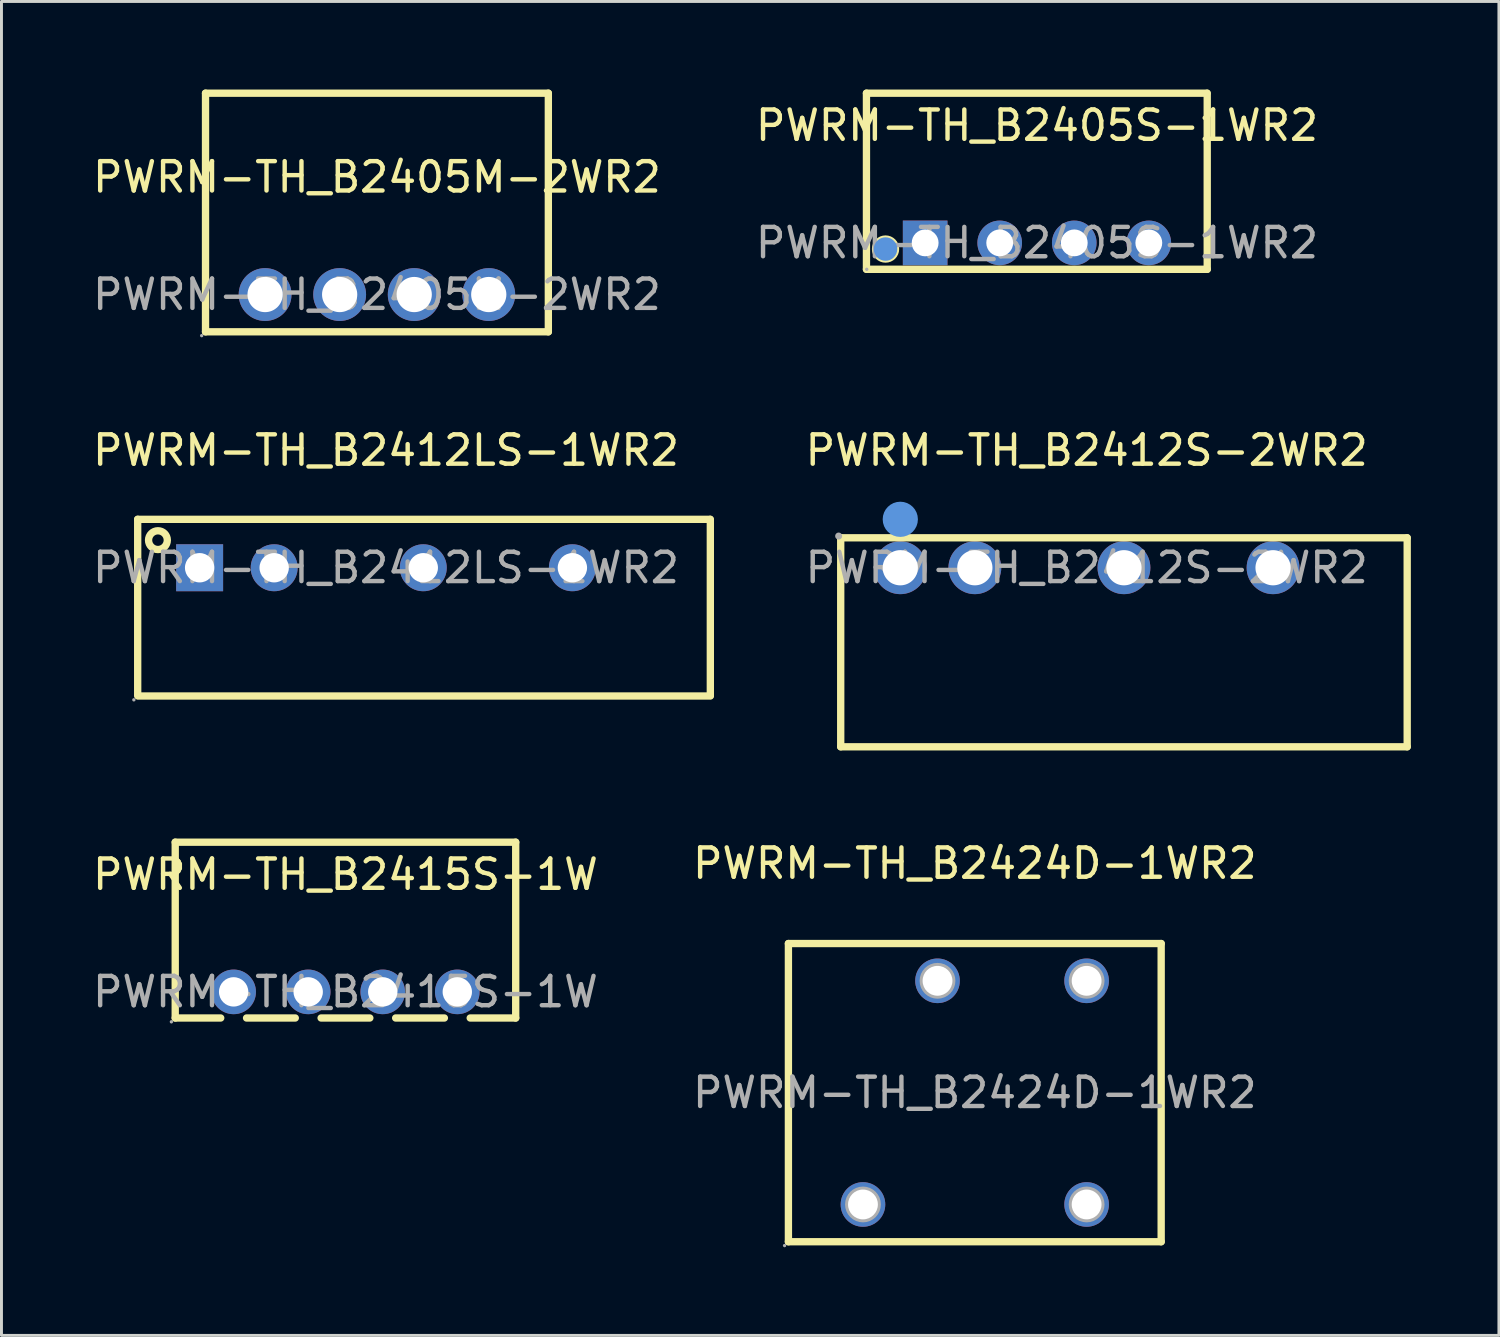
<source format=kicad_pcb>
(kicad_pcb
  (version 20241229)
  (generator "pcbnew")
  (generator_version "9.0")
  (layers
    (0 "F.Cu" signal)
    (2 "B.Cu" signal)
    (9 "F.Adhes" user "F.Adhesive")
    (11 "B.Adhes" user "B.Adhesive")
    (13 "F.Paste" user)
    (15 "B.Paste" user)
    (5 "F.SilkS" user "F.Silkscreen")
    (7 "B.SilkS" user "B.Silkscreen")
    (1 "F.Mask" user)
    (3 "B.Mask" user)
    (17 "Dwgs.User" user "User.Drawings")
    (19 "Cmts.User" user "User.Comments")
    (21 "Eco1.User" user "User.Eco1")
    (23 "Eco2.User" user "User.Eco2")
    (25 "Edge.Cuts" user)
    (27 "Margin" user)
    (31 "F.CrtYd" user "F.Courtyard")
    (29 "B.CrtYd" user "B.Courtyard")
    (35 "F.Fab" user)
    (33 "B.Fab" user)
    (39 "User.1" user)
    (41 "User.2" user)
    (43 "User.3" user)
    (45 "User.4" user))
  (footprint "PWRM-TH_B2415S-1W"
    (layer "F.Cu")
    (at 8.72 30.743)
    (property "Reference" "PWRM-TH_B2415S-1W" (at 0 -4 0) (layer "F.SilkS") (effects (font (size 1 1) (thickness 0.15))))
    (attr through_hole)
    (fp_line (start -5.8 -5.1) (end -5.8 0.89) (stroke (width 0.25) (type solid)) (layer "F.SilkS"))
    (fp_line (start -5.8 -5.1) (end 5.8 -5.1) (stroke (width 0.25) (type solid)) (layer "F.SilkS"))
    (fp_line (start -4.25 0.89) (end -5.8 0.89) (stroke (width 0.25) (type solid)) (layer "F.SilkS"))
    (fp_line (start -1.71 0.89) (end -3.37 0.89) (stroke (width 0.25) (type solid)) (layer "F.SilkS"))
    (fp_line (start 0.83 0.89) (end -0.83 0.89) (stroke (width 0.25) (type solid)) (layer "F.SilkS"))
    (fp_line (start 3.37 0.89) (end 1.71 0.89) (stroke (width 0.25) (type solid)) (layer "F.SilkS"))
    (fp_line (start 5.8 -5.1) (end 5.8 0.89) (stroke (width 0.25) (type solid)) (layer "F.SilkS"))
    (fp_line (start 5.8 0.89) (end 4.25 0.89) (stroke (width 0.25) (type solid)) (layer "F.SilkS"))
    (fp_circle (center -5.93 1.02) (end -5.9 1.02) (stroke (width 0.06) (type solid)) (fill no) (layer "F.Fab"))
    (fp_circle (center -3.81 0) (end -3.61 0) (stroke (width 0.4) (type solid)) (fill no) (layer "F.Fab"))
    (fp_circle (center -1.27 0) (end -1.07 0) (stroke (width 0.4) (type solid)) (fill no) (layer "F.Fab"))
    (fp_circle (center 1.27 0) (end 1.47 0) (stroke (width 0.4) (type solid)) (fill no) (layer "F.Fab"))
    (fp_circle (center 3.81 0) (end 4.01 0) (stroke (width 0.4) (type solid)) (fill no) (layer "F.Fab"))
    (fp_text user "${REFERENCE}" (at 0 0 0) (layer "F.Fab") (effects (font (size 1 1) (thickness 0.15))))
    (pad "1" thru_hole circle (at -3.81 0) (size 1.52 1.52) (drill 1) (layers "*.Cu" "*.Paste" "*.Mask"))
    (pad "2" thru_hole circle (at -1.27 0) (size 1.52 1.52) (drill 1) (layers "*.Cu" "*.Paste" "*.Mask"))
    (pad "3" thru_hole circle (at 1.27 0) (size 1.52 1.52) (drill 1) (layers "*.Cu" "*.Paste" "*.Mask"))
    (pad "4" thru_hole circle (at 3.81 0) (size 1.52 1.52) (drill 1) (layers "*.Cu" "*.Paste" "*.Mask")))
  (footprint "PWRM-TH_B2424D-1WR2"
    (layer "F.Cu")
    (at 30.161 34.176)
    (property "Reference" "PWRM-TH_B2424D-1WR2" (at 0 -7.81 0) (layer "F.SilkS") (effects (font (size 1 1) (thickness 0.15))))
    (attr through_hole)
    (fp_line (start -6.35 -5.08) (end -6.35 5.08) (stroke (width 0.25) (type solid)) (layer "F.SilkS"))
    (fp_line (start -6.35 5.08) (end 6.35 5.08) (stroke (width 0.25) (type solid)) (layer "F.SilkS"))
    (fp_line (start 6.35 -5.08) (end -6.35 -5.08) (stroke (width 0.25) (type solid)) (layer "F.SilkS"))
    (fp_line (start 6.35 5.08) (end 6.35 -5.08) (stroke (width 0.25) (type solid)) (layer "F.SilkS"))
    (fp_circle (center -6.48 5.21) (end -6.45 5.21) (stroke (width 0.06) (type solid)) (fill no) (layer "F.Fab"))
    (fp_circle (center -3.81 3.81) (end -3.61 3.81) (stroke (width 0.41) (type solid)) (fill no) (layer "F.Fab"))
    (fp_circle (center -1.27 -3.81) (end -1.07 -3.81) (stroke (width 0.41) (type solid)) (fill no) (layer "F.Fab"))
    (fp_circle (center 3.81 -3.81) (end 4.01 -3.81) (stroke (width 0.41) (type solid)) (fill no) (layer "F.Fab"))
    (fp_circle (center 3.81 3.81) (end 4.01 3.81) (stroke (width 0.41) (type solid)) (fill no) (layer "F.Fab"))
    (fp_text user "${REFERENCE}" (at 0 0 0) (layer "F.Fab") (effects (font (size 1 1) (thickness 0.15))))
    (pad "1" thru_hole circle (at -3.81 3.81) (size 1.52 1.52) (drill 1.016) (layers "*.Cu" "*.Paste" "*.Mask"))
    (pad "4" thru_hole circle (at 3.81 3.81) (size 1.52 1.52) (drill 1.016) (layers "*.Cu" "*.Paste" "*.Mask"))
    (pad "5" thru_hole circle (at 3.81 -3.81) (size 1.52 1.52) (drill 1.016) (layers "*.Cu" "*.Paste" "*.Mask"))
    (pad "7" thru_hole circle (at -1.27 -3.81) (size 1.52 1.52) (drill 1.016) (layers "*.Cu" "*.Paste" "*.Mask")))
  (footprint "PWRM-TH_B2412LS-1WR2"
    (layer "F.Cu")
    (at 10.101 16.293)
    (property "Reference" "PWRM-TH_B2412LS-1WR2" (at 0 -4 0) (layer "F.SilkS") (effects (font (size 1 1) (thickness 0.15))))
    (attr through_hole)
    (fp_line (start -8.46 -1.65) (end 11.04 -1.65) (stroke (width 0.25) (type solid)) (layer "F.SilkS"))
    (fp_line (start -8.46 4.35) (end -8.46 -1.65) (stroke (width 0.25) (type solid)) (layer "F.SilkS"))
    (fp_line (start 11.05 -1.65) (end 11.05 4.35) (stroke (width 0.25) (type solid)) (layer "F.SilkS"))
    (fp_line (start 11.05 4.37) (end -8.45 4.37) (stroke (width 0.25) (type solid)) (layer "F.SilkS"))
    (fp_circle (center -7.77 -0.94) (end -7.45 -0.94) (stroke (width 0.25) (type solid)) (fill no) (layer "F.SilkS"))
    (fp_circle (center -8.59 4.5) (end -8.56 4.5) (stroke (width 0.06) (type solid)) (fill no) (layer "F.Fab"))
    (fp_circle (center -6.35 0) (end -6.15 0) (stroke (width 0.4) (type solid)) (fill no) (layer "F.Fab"))
    (fp_circle (center -3.81 0) (end -3.61 0) (stroke (width 0.4) (type solid)) (fill no) (layer "F.Fab"))
    (fp_circle (center 1.27 0) (end 1.47 0) (stroke (width 0.4) (type solid)) (fill no) (layer "F.Fab"))
    (fp_circle (center 6.35 0) (end 6.55 0) (stroke (width 0.4) (type solid)) (fill no) (layer "F.Fab"))
    (fp_text user "${REFERENCE}" (at 0 0 0) (layer "F.Fab") (effects (font (size 1 1) (thickness 0.15))))
    (pad "1" thru_hole rect (at -6.35 0) (size 1.6 1.6) (drill 1) (layers "*.Cu" "*.Paste" "*.Mask"))
    (pad "2" thru_hole circle (at -3.81 0) (size 1.6 1.6) (drill 1) (layers "*.Cu" "*.Paste" "*.Mask"))
    (pad "4" thru_hole circle (at 1.27 0) (size 1.6 1.6) (drill 1) (layers "*.Cu" "*.Paste" "*.Mask"))
    (pad "6" thru_hole circle (at 6.35 0) (size 1.6 1.6) (drill 1) (layers "*.Cu" "*.Paste" "*.Mask")))
  (footprint "PWRM-TH_B2405M-2WR2"
    (layer "F.Cu")
    (at 9.792 6.985)
    (property "Reference" "PWRM-TH_B2405M-2WR2" (at 0 -4 0) (layer "F.SilkS") (effects (font (size 1 1) (thickness 0.15))))
    (attr through_hole)
    (fp_line (start -5.84 -6.86) (end 5.84 -6.86) (stroke (width 0.25) (type solid)) (layer "F.SilkS"))
    (fp_line (start -5.84 1.27) (end -5.84 -6.86) (stroke (width 0.25) (type solid)) (layer "F.SilkS"))
    (fp_line (start 5.84 -6.86) (end 5.84 1.27) (stroke (width 0.25) (type solid)) (layer "F.SilkS"))
    (fp_line (start 5.84 1.27) (end -5.84 1.27) (stroke (width 0.25) (type solid)) (layer "F.SilkS"))
    (fp_circle (center -5.97 1.4) (end -5.94 1.4) (stroke (width 0.06) (type solid)) (fill no) (layer "F.Fab"))
    (fp_circle (center -3.81 0) (end -3.56 0) (stroke (width 0.5) (type solid)) (fill no) (layer "F.Fab"))
    (fp_circle (center -1.27 0) (end -1.02 0) (stroke (width 0.5) (type solid)) (fill no) (layer "F.Fab"))
    (fp_circle (center 1.27 0) (end 1.52 0) (stroke (width 0.5) (type solid)) (fill no) (layer "F.Fab"))
    (fp_circle (center 3.81 0) (end 4.06 0) (stroke (width 0.5) (type solid)) (fill no) (layer "F.Fab"))
    (fp_text user "${REFERENCE}" (at 0 0 0) (layer "F.Fab") (effects (font (size 1 1) (thickness 0.15))))
    (pad "1" thru_hole circle (at -3.81 0) (size 1.8 1.8) (drill 1.2) (layers "*.Cu" "*.Paste" "*.Mask"))
    (pad "2" thru_hole circle (at -1.27 0) (size 1.8 1.8) (drill 1.2) (layers "*.Cu" "*.Paste" "*.Mask"))
    (pad "3" thru_hole circle (at 1.27 0) (size 1.8 1.8) (drill 1.2) (layers "*.Cu" "*.Paste" "*.Mask"))
    (pad "4" thru_hole circle (at 3.81 0) (size 1.8 1.8) (drill 1.2) (layers "*.Cu" "*.Paste" "*.Mask")))
  (footprint "PWRM-TH_B2412S-2WR2"
    (layer "F.Cu")
    (at 33.973 16.293)
    (property "Reference" "PWRM-TH_B2412S-2WR2" (at 0 -4 0) (layer "F.SilkS") (effects (font (size 1 1) (thickness 0.15))))
    (attr through_hole)
    (fp_line (start -8.38 -1.02) (end 10.92 -1.02) (stroke (width 0.25) (type solid)) (layer "F.SilkS"))
    (fp_line (start -8.38 6.1) (end -8.38 -1.02) (stroke (width 0.25) (type solid)) (layer "F.SilkS"))
    (fp_line (start 10.92 -1.02) (end 10.92 6.1) (stroke (width 0.25) (type solid)) (layer "F.SilkS"))
    (fp_line (start 10.92 6.1) (end -8.38 6.1) (stroke (width 0.25) (type solid)) (layer "F.SilkS"))
    (fp_circle (center -6.35 -1.65) (end -6.05 -1.65) (stroke (width 0.6) (type solid)) (fill no) (layer "Cmts.User"))
    (fp_circle (center -8.45 -1.08) (end -8.39 -1.08) (stroke (width 0.12) (type solid)) (fill no) (layer "F.Fab"))
    (fp_circle (center -6.35 0) (end -6.1 0) (stroke (width 0.5) (type solid)) (fill no) (layer "F.Fab"))
    (fp_circle (center -3.81 0) (end -3.56 0) (stroke (width 0.5) (type solid)) (fill no) (layer "F.Fab"))
    (fp_circle (center 1.27 0) (end 1.52 0) (stroke (width 0.5) (type solid)) (fill no) (layer "F.Fab"))
    (fp_circle (center 6.35 0) (end 6.6 0) (stroke (width 0.5) (type solid)) (fill no) (layer "F.Fab"))
    (fp_text user "${REFERENCE}" (at 0 0 0) (layer "F.Fab") (effects (font (size 1 1) (thickness 0.15))))
    (pad "1" thru_hole circle (at -6.35 0) (size 1.8 1.8) (drill 1.2) (layers "*.Cu" "*.Paste" "*.Mask"))
    (pad "2" thru_hole circle (at -3.81 0) (size 1.8 1.8) (drill 1.2) (layers "*.Cu" "*.Paste" "*.Mask"))
    (pad "4" thru_hole circle (at 1.27 0) (size 1.8 1.8) (drill 1.2) (layers "*.Cu" "*.Paste" "*.Mask"))
    (pad "6" thru_hole circle (at 6.35 0) (size 1.8 1.8) (drill 1.2) (layers "*.Cu" "*.Paste" "*.Mask")))
  (footprint "PWRM-TH_B2405S-1WR2"
    (layer "F.Cu")
    (at 32.28 5.225)
    (property "Reference" "PWRM-TH_B2405S-1WR2" (at 0 -4 0) (layer "F.SilkS") (effects (font (size 1 1) (thickness 0.15))))
    (attr through_hole)
    (fp_line (start -5.81 -5.1) (end -5.81 0.9) (stroke (width 0.25) (type solid)) (layer "F.SilkS"))
    (fp_line (start -5.81 -5.1) (end 5.79 -5.1) (stroke (width 0.25) (type solid)) (layer "F.SilkS"))
    (fp_line (start -5.81 0.9) (end 5.8 0.9) (stroke (width 0.25) (type solid)) (layer "F.SilkS"))
    (fp_line (start 5.8 -5.1) (end 5.8 0.9) (stroke (width 0.25) (type solid)) (layer "F.SilkS"))
    (fp_circle (center -5.16 0.21) (end -4.82 0.21) (stroke (width 0.25) (type solid)) (fill no) (layer "F.SilkS"))
    (fp_circle (center -5.16 0.21) (end -4.96 0.21) (stroke (width 0.4) (type solid)) (fill no) (layer "Cmts.User"))
    (fp_circle (center -5.8 0.9) (end -5.77 0.9) (stroke (width 0.06) (type solid)) (fill no) (layer "F.Fab"))
    (fp_text user "${REFERENCE}" (at 0 0 0) (layer "F.Fab") (effects (font (size 1 1) (thickness 0.15))))
    (pad "1" thru_hole rect (at -3.81 0) (size 1.52 1.52) (drill 0.914) (layers "*.Cu" "*.Paste" "*.Mask"))
    (pad "2" thru_hole circle (at -1.27 0) (size 1.52 1.52) (drill 0.914) (layers "*.Cu" "*.Paste" "*.Mask"))
    (pad "3" thru_hole circle (at 1.27 0) (size 1.52 1.52) (drill 0.914) (layers "*.Cu" "*.Paste" "*.Mask"))
    (pad "4" thru_hole circle (at 3.81 0) (size 1.52 1.52) (drill 0.914) (layers "*.Cu" "*.Paste" "*.Mask")))
  (gr_rect
    (start -3 -3)
    (end 48.018 42.447)
    (stroke (width 0.1) (type default))
    (fill no)
    (layer "Edge.Cuts")))
</source>
